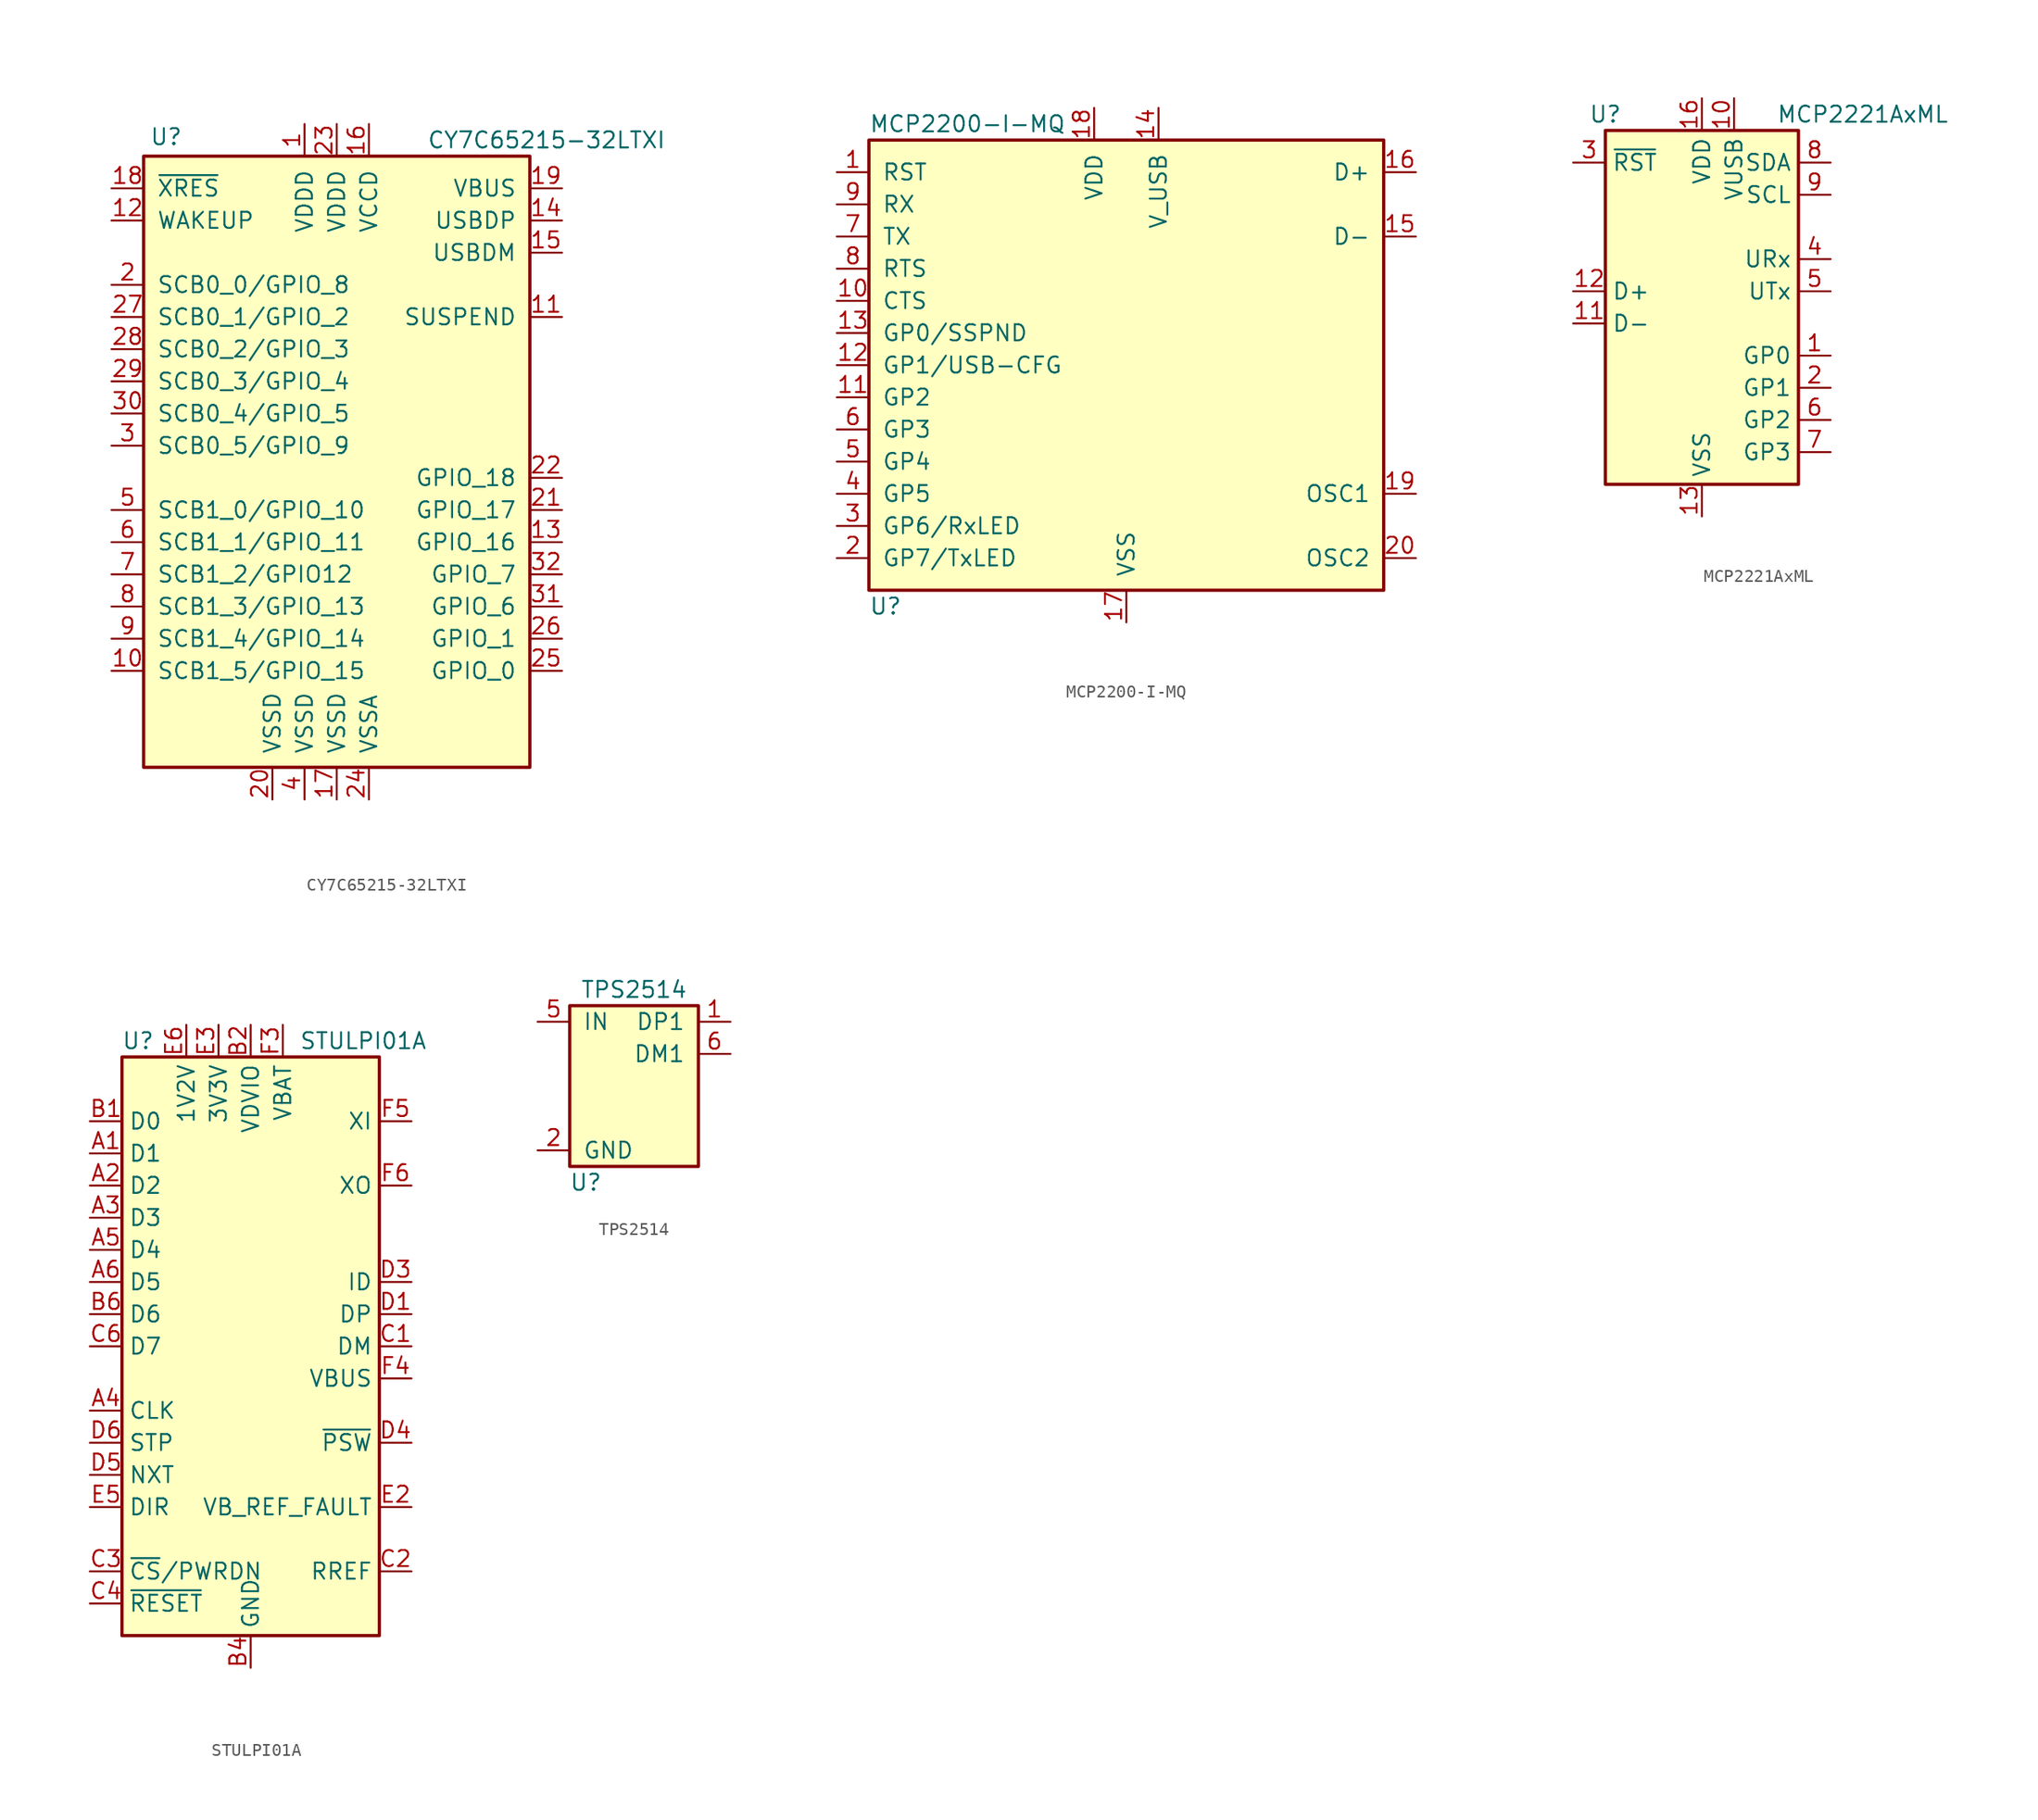
<source format=kicad_sym>
(kicad_symbol_lib
  (version 20200908)
  (generator kicad_symbol_editor)
  (symbol "Interface_USB:CY7C65215-32LTXI"
    (pin_names
      (offset 1.016))
    (property "Reference" "U"
      (at -13.462 21.844 0)
      (effects (font (size 1.27 1.27))))
    (property "Value" "CY7C65215-32LTXI"
      (at 7.112 21.59 0)
      (effects (font (size 1.27 1.27)) (justify left)))
    (symbol "CY7C65215-32LTXI_0_1"
      (rectangle (start -15.24 20.32) (end 15.24 -27.94) (stroke (width 0.254)) (fill (type background))))
    (symbol "CY7C65215-32LTXI_1_1"
      (pin power_in line (at -2.54 22.86 270) (length 2.54) (name "VDDD" (effects (font (size 1.27 1.27)))) (number "1" (effects (font (size 1.27 1.27)))))
      (pin bidirectional line (at -17.78 -20.32 0) (length 2.54) (name "SCB1_5/GPIO_15" (effects (font (size 1.27 1.27)))) (number "10" (effects (font (size 1.27 1.27)))))
      (pin output line (at 17.78 7.62 180) (length 2.54) (name "SUSPEND" (effects (font (size 1.27 1.27)))) (number "11" (effects (font (size 1.27 1.27)))))
      (pin input line (at -17.78 15.24 0) (length 2.54) (name "WAKEUP" (effects (font (size 1.27 1.27)))) (number "12" (effects (font (size 1.27 1.27)))))
      (pin tri_state line (at 17.78 -10.16 180) (length 2.54) (name "GPIO_16" (effects (font (size 1.27 1.27)))) (number "13" (effects (font (size 1.27 1.27)))))
      (pin bidirectional line (at 17.78 15.24 180) (length 2.54) (name "USBDP" (effects (font (size 1.27 1.27)))) (number "14" (effects (font (size 1.27 1.27)))))
      (pin bidirectional line (at 17.78 12.7 180) (length 2.54) (name "USBDM" (effects (font (size 1.27 1.27)))) (number "15" (effects (font (size 1.27 1.27)))))
      (pin power_in line (at 2.54 22.86 270) (length 2.54) (name "VCCD" (effects (font (size 1.27 1.27)))) (number "16" (effects (font (size 1.27 1.27)))))
      (pin power_in line (at 0 -30.48 90) (length 2.54) (name "VSSD" (effects (font (size 1.27 1.27)))) (number "17" (effects (font (size 1.27 1.27)))))
      (pin input line (at -17.78 17.78 0) (length 2.54) (name "~XRES" (effects (font (size 1.27 1.27)))) (number "18" (effects (font (size 1.27 1.27)))))
      (pin power_out line (at 17.78 17.78 180) (length 2.54) (name "VBUS" (effects (font (size 1.27 1.27)))) (number "19" (effects (font (size 1.27 1.27)))))
      (pin bidirectional line (at -17.78 10.16 0) (length 2.54) (name "SCB0_0/GPIO_8" (effects (font (size 1.27 1.27)))) (number "2" (effects (font (size 1.27 1.27)))))
      (pin power_in line (at -5.08 -30.48 90) (length 2.54) (name "VSSD" (effects (font (size 1.27 1.27)))) (number "20" (effects (font (size 1.27 1.27)))))
      (pin tri_state line (at 17.78 -7.62 180) (length 2.54) (name "GPIO_17" (effects (font (size 1.27 1.27)))) (number "21" (effects (font (size 1.27 1.27)))))
      (pin tri_state line (at 17.78 -5.08 180) (length 2.54) (name "GPIO_18" (effects (font (size 1.27 1.27)))) (number "22" (effects (font (size 1.27 1.27)))))
      (pin power_in line (at 0 22.86 270) (length 2.54) (name "VDDD" (effects (font (size 1.27 1.27)))) (number "23" (effects (font (size 1.27 1.27)))))
      (pin power_in line (at 2.54 -30.48 90) (length 2.54) (name "VSSA" (effects (font (size 1.27 1.27)))) (number "24" (effects (font (size 1.27 1.27)))))
      (pin bidirectional line (at 17.78 -20.32 180) (length 2.54) (name "GPIO_0" (effects (font (size 1.27 1.27)))) (number "25" (effects (font (size 1.27 1.27)))))
      (pin bidirectional line (at 17.78 -17.78 180) (length 2.54) (name "GPIO_1" (effects (font (size 1.27 1.27)))) (number "26" (effects (font (size 1.27 1.27)))))
      (pin bidirectional line (at -17.78 7.62 0) (length 2.54) (name "SCB0_1/GPIO_2" (effects (font (size 1.27 1.27)))) (number "27" (effects (font (size 1.27 1.27)))))
      (pin bidirectional line (at -17.78 5.08 0) (length 2.54) (name "SCB0_2/GPIO_3" (effects (font (size 1.27 1.27)))) (number "28" (effects (font (size 1.27 1.27)))))
      (pin bidirectional line (at -17.78 2.54 0) (length 2.54) (name "SCB0_3/GPIO_4" (effects (font (size 1.27 1.27)))) (number "29" (effects (font (size 1.27 1.27)))))
      (pin bidirectional line (at -17.78 -2.54 0) (length 2.54) (name "SCB0_5/GPIO_9" (effects (font (size 1.27 1.27)))) (number "3" (effects (font (size 1.27 1.27)))))
      (pin bidirectional line (at -17.78 0 0) (length 2.54) (name "SCB0_4/GPIO_5" (effects (font (size 1.27 1.27)))) (number "30" (effects (font (size 1.27 1.27)))))
      (pin bidirectional line (at 17.78 -15.24 180) (length 2.54) (name "GPIO_6" (effects (font (size 1.27 1.27)))) (number "31" (effects (font (size 1.27 1.27)))))
      (pin bidirectional line (at 17.78 -12.7 180) (length 2.54) (name "GPIO_7" (effects (font (size 1.27 1.27)))) (number "32" (effects (font (size 1.27 1.27)))))
      (pin unconnected line (at -15.24 -25.4 0) (length 2.54) hide (name "1EP" (effects (font (size 1.27 1.27)))) (number "33" (effects (font (size 1.27 1.27)))))
      (pin power_in line (at -2.54 -30.48 90) (length 2.54) (name "VSSD" (effects (font (size 1.27 1.27)))) (number "4" (effects (font (size 1.27 1.27)))))
      (pin bidirectional line (at -17.78 -7.62 0) (length 2.54) (name "SCB1_0/GPIO_10" (effects (font (size 1.27 1.27)))) (number "5" (effects (font (size 1.27 1.27)))))
      (pin bidirectional line (at -17.78 -10.16 0) (length 2.54) (name "SCB1_1/GPIO_11" (effects (font (size 1.27 1.27)))) (number "6" (effects (font (size 1.27 1.27)))))
      (pin bidirectional line (at -17.78 -12.7 0) (length 2.54) (name "SCB1_2/GPIO12" (effects (font (size 1.27 1.27)))) (number "7" (effects (font (size 1.27 1.27)))))
      (pin bidirectional line (at -17.78 -15.24 0) (length 2.54) (name "SCB1_3/GPIO_13" (effects (font (size 1.27 1.27)))) (number "8" (effects (font (size 1.27 1.27)))))
      (pin bidirectional line (at -17.78 -17.78 0) (length 2.54) (name "SCB1_4/GPIO_14" (effects (font (size 1.27 1.27)))) (number "9" (effects (font (size 1.27 1.27)))))))
  (symbol "Interface_USB:MCP2200-I-MQ"
    (pin_names
      (offset 1.016))
    (property "Reference" "U"
      (at -20.32 -19.05 0)
      (effects (font (size 1.27 1.27)) (justify left)))
    (property "Value" "MCP2200-I-MQ"
      (at -20.32 19.05 0)
      (effects (font (size 1.27 1.27)) (justify left)))
    (symbol "MCP2200-I-MQ_0_1"
      (rectangle (start -20.32 17.78) (end 20.32 -17.78) (stroke (width 0.254)) (fill (type background))))
    (symbol "MCP2200-I-MQ_1_1"
      (pin input line (at -22.86 15.24 0) (length 2.54) (name "RST" (effects (font (size 1.27 1.27)))) (number "1" (effects (font (size 1.27 1.27)))))
      (pin input line (at -22.86 5.08 0) (length 2.54) (name "CTS" (effects (font (size 1.27 1.27)))) (number "10" (effects (font (size 1.27 1.27)))))
      (pin bidirectional line (at -22.86 -2.54 0) (length 2.54) (name "GP2" (effects (font (size 1.27 1.27)))) (number "11" (effects (font (size 1.27 1.27)))))
      (pin bidirectional line (at -22.86 0 0) (length 2.54) (name "GP1/USB-CFG" (effects (font (size 1.27 1.27)))) (number "12" (effects (font (size 1.27 1.27)))))
      (pin bidirectional line (at -22.86 2.54 0) (length 2.54) (name "GP0/SSPND" (effects (font (size 1.27 1.27)))) (number "13" (effects (font (size 1.27 1.27)))))
      (pin power_in line (at 2.54 20.32 270) (length 2.54) (name "V_USB" (effects (font (size 1.27 1.27)))) (number "14" (effects (font (size 1.27 1.27)))))
      (pin bidirectional line (at 22.86 10.16 180) (length 2.54) (name "D-" (effects (font (size 1.27 1.27)))) (number "15" (effects (font (size 1.27 1.27)))))
      (pin bidirectional line (at 22.86 15.24 180) (length 2.54) (name "D+" (effects (font (size 1.27 1.27)))) (number "16" (effects (font (size 1.27 1.27)))))
      (pin power_in line (at 0 -20.32 90) (length 2.54) (name "VSS" (effects (font (size 1.27 1.27)))) (number "17" (effects (font (size 1.27 1.27)))))
      (pin power_in line (at -2.54 20.32 270) (length 2.54) (name "VDD" (effects (font (size 1.27 1.27)))) (number "18" (effects (font (size 1.27 1.27)))))
      (pin input line (at 22.86 -10.16 180) (length 2.54) (name "OSC1" (effects (font (size 1.27 1.27)))) (number "19" (effects (font (size 1.27 1.27)))))
      (pin bidirectional line (at -22.86 -15.24 0) (length 2.54) (name "GP7/TxLED" (effects (font (size 1.27 1.27)))) (number "2" (effects (font (size 1.27 1.27)))))
      (pin output line (at 22.86 -15.24 180) (length 2.54) (name "OSC2" (effects (font (size 1.27 1.27)))) (number "20" (effects (font (size 1.27 1.27)))))
      (pin unconnected line (at 22.86 0 180) (length 2.54) hide (name "EP" (effects (font (size 1.27 1.27)))) (number "21" (effects (font (size 1.27 1.27)))))
      (pin bidirectional line (at -22.86 -12.7 0) (length 2.54) (name "GP6/RxLED" (effects (font (size 1.27 1.27)))) (number "3" (effects (font (size 1.27 1.27)))))
      (pin bidirectional line (at -22.86 -10.16 0) (length 2.54) (name "GP5" (effects (font (size 1.27 1.27)))) (number "4" (effects (font (size 1.27 1.27)))))
      (pin bidirectional line (at -22.86 -7.62 0) (length 2.54) (name "GP4" (effects (font (size 1.27 1.27)))) (number "5" (effects (font (size 1.27 1.27)))))
      (pin bidirectional line (at -22.86 -5.08 0) (length 2.54) (name "GP3" (effects (font (size 1.27 1.27)))) (number "6" (effects (font (size 1.27 1.27)))))
      (pin output line (at -22.86 10.16 0) (length 2.54) (name "TX" (effects (font (size 1.27 1.27)))) (number "7" (effects (font (size 1.27 1.27)))))
      (pin output line (at -22.86 7.62 0) (length 2.54) (name "RTS" (effects (font (size 1.27 1.27)))) (number "8" (effects (font (size 1.27 1.27)))))
      (pin input line (at -22.86 12.7 0) (length 2.54) (name "RX" (effects (font (size 1.27 1.27)))) (number "9" (effects (font (size 1.27 1.27)))))))
  (symbol "Interface_USB:MCP2221AxML"
    (property "Reference" "U"
      (at -7.62 16.51 0)
      (effects (font (size 1.27 1.27))))
    (property "Value" "MCP2221AxML"
      (at 12.7 16.51 0)
      (effects (font (size 1.27 1.27))))
    (symbol "MCP2221AxML_0_1"
      (rectangle (start -7.62 15.24) (end 7.62 -12.7) (stroke (width 0.254)) (fill (type background))))
    (symbol "MCP2221AxML_1_1"
      (pin bidirectional line (at 10.16 -2.54 180) (length 2.54) (name "GP0" (effects (font (size 1.27 1.27)))) (number "1" (effects (font (size 1.27 1.27)))))
      (pin passive line (at 2.54 17.78 270) (length 2.54) (name "VUSB" (effects (font (size 1.27 1.27)))) (number "10" (effects (font (size 1.27 1.27)))))
      (pin bidirectional line (at -10.16 0 0) (length 2.54) (name "D-" (effects (font (size 1.27 1.27)))) (number "11" (effects (font (size 1.27 1.27)))))
      (pin bidirectional line (at -10.16 2.54 0) (length 2.54) (name "D+" (effects (font (size 1.27 1.27)))) (number "12" (effects (font (size 1.27 1.27)))))
      (pin power_in line (at 0 -15.24 90) (length 2.54) (name "VSS" (effects (font (size 1.27 1.27)))) (number "13" (effects (font (size 1.27 1.27)))))
      (pin unconnected line (at -7.62 -2.54 0) (length 2.54) hide (name "NC" (effects (font (size 1.27 1.27)))) (number "14" (effects (font (size 1.27 1.27)))))
      (pin unconnected line (at -7.62 -5.08 0) (length 2.54) hide (name "NC" (effects (font (size 1.27 1.27)))) (number "15" (effects (font (size 1.27 1.27)))))
      (pin power_in line (at 0 17.78 270) (length 2.54) (name "VDD" (effects (font (size 1.27 1.27)))) (number "16" (effects (font (size 1.27 1.27)))))
      (pin unconnected line (at -7.62 -7.62 0) (length 2.54) hide (name "NC" (effects (font (size 1.27 1.27)))) (number "17" (effects (font (size 1.27 1.27)))))
      (pin bidirectional line (at 10.16 -5.08 180) (length 2.54) (name "GP1" (effects (font (size 1.27 1.27)))) (number "2" (effects (font (size 1.27 1.27)))))
      (pin input line (at -10.16 12.7 0) (length 2.54) (name "~RST" (effects (font (size 1.27 1.27)))) (number "3" (effects (font (size 1.27 1.27)))))
      (pin input line (at 10.16 5.08 180) (length 2.54) (name "URx" (effects (font (size 1.27 1.27)))) (number "4" (effects (font (size 1.27 1.27)))))
      (pin output line (at 10.16 2.54 180) (length 2.54) (name "UTx" (effects (font (size 1.27 1.27)))) (number "5" (effects (font (size 1.27 1.27)))))
      (pin bidirectional line (at 10.16 -7.62 180) (length 2.54) (name "GP2" (effects (font (size 1.27 1.27)))) (number "6" (effects (font (size 1.27 1.27)))))
      (pin bidirectional line (at 10.16 -10.16 180) (length 2.54) (name "GP3" (effects (font (size 1.27 1.27)))) (number "7" (effects (font (size 1.27 1.27)))))
      (pin bidirectional line (at 10.16 12.7 180) (length 2.54) (name "SDA" (effects (font (size 1.27 1.27)))) (number "8" (effects (font (size 1.27 1.27)))))
      (pin bidirectional line (at 10.16 10.16 180) (length 2.54) (name "SCL" (effects (font (size 1.27 1.27)))) (number "9" (effects (font (size 1.27 1.27)))))))
  (symbol "Interface_USB:STULPI01A"
    (property "Reference" "U"
      (at -8.89 24.13 0)
      (effects (font (size 1.27 1.27))))
    (property "Value" "STULPI01A"
      (at 8.89 24.13 0)
      (effects (font (size 1.27 1.27))))
    (symbol "STULPI01A_0_1"
      (rectangle (start 10.16 -22.86) (end -10.16 22.86) (stroke (width 0.254)) (fill (type background))))
    (symbol "STULPI01A_1_1"
      (pin bidirectional line (at -12.7 15.24 0) (length 2.54) (name "D1" (effects (font (size 1.27 1.27)))) (number "A1" (effects (font (size 1.27 1.27)))))
      (pin bidirectional line (at -12.7 12.7 0) (length 2.54) (name "D2" (effects (font (size 1.27 1.27)))) (number "A2" (effects (font (size 1.27 1.27)))))
      (pin bidirectional line (at -12.7 10.16 0) (length 2.54) (name "D3" (effects (font (size 1.27 1.27)))) (number "A3" (effects (font (size 1.27 1.27)))))
      (pin output line (at -12.7 -5.08 0) (length 2.54) (name "CLK" (effects (font (size 1.27 1.27)))) (number "A4" (effects (font (size 1.27 1.27)))))
      (pin bidirectional line (at -12.7 7.62 0) (length 2.54) (name "D4" (effects (font (size 1.27 1.27)))) (number "A5" (effects (font (size 1.27 1.27)))))
      (pin bidirectional line (at -12.7 5.08 0) (length 2.54) (name "D5" (effects (font (size 1.27 1.27)))) (number "A6" (effects (font (size 1.27 1.27)))))
      (pin bidirectional line (at -12.7 17.78 0) (length 2.54) (name "D0" (effects (font (size 1.27 1.27)))) (number "B1" (effects (font (size 1.27 1.27)))))
      (pin power_in line (at 0 25.4 270) (length 2.54) (name "VDVIO" (effects (font (size 1.27 1.27)))) (number "B2" (effects (font (size 1.27 1.27)))))
      (pin passive line (at 0 25.4 270) (length 2.54) hide (name "VDVIO" (effects (font (size 1.27 1.27)))) (number "B3" (effects (font (size 1.27 1.27)))))
      (pin power_in line (at 0 -25.4 90) (length 2.54) (name "GND" (effects (font (size 1.27 1.27)))) (number "B4" (effects (font (size 1.27 1.27)))))
      (pin passive line (at 0 25.4 270) (length 2.54) hide (name "VDVIO" (effects (font (size 1.27 1.27)))) (number "B5" (effects (font (size 1.27 1.27)))))
      (pin bidirectional line (at -12.7 2.54 0) (length 2.54) (name "D6" (effects (font (size 1.27 1.27)))) (number "B6" (effects (font (size 1.27 1.27)))))
      (pin bidirectional line (at 12.7 0 180) (length 2.54) (name "DM" (effects (font (size 1.27 1.27)))) (number "C1" (effects (font (size 1.27 1.27)))))
      (pin passive line (at 12.7 -17.78 180) (length 2.54) (name "RREF" (effects (font (size 1.27 1.27)))) (number "C2" (effects (font (size 1.27 1.27)))))
      (pin input line (at -12.7 -17.78 0) (length 2.54) (name "~CS~/PWRDN" (effects (font (size 1.27 1.27)))) (number "C3" (effects (font (size 1.27 1.27)))))
      (pin input line (at -12.7 -20.32 0) (length 2.54) (name "~RESET" (effects (font (size 1.27 1.27)))) (number "C4" (effects (font (size 1.27 1.27)))))
      (pin passive line (at 0 -25.4 90) (length 2.54) hide (name "GND" (effects (font (size 1.27 1.27)))) (number "C5" (effects (font (size 1.27 1.27)))))
      (pin bidirectional line (at -12.7 0 0) (length 2.54) (name "D7" (effects (font (size 1.27 1.27)))) (number "C6" (effects (font (size 1.27 1.27)))))
      (pin bidirectional line (at 12.7 2.54 180) (length 2.54) (name "DP" (effects (font (size 1.27 1.27)))) (number "D1" (effects (font (size 1.27 1.27)))))
      (pin passive line (at 0 -25.4 90) (length 2.54) hide (name "GND" (effects (font (size 1.27 1.27)))) (number "D2" (effects (font (size 1.27 1.27)))))
      (pin input line (at 12.7 5.08 180) (length 2.54) (name "ID" (effects (font (size 1.27 1.27)))) (number "D3" (effects (font (size 1.27 1.27)))))
      (pin output line (at 12.7 -7.62 180) (length 2.54) (name "~PSW" (effects (font (size 1.27 1.27)))) (number "D4" (effects (font (size 1.27 1.27)))))
      (pin output line (at -12.7 -10.16 0) (length 2.54) (name "NXT" (effects (font (size 1.27 1.27)))) (number "D5" (effects (font (size 1.27 1.27)))))
      (pin input line (at -12.7 -7.62 0) (length 2.54) (name "STP" (effects (font (size 1.27 1.27)))) (number "D6" (effects (font (size 1.27 1.27)))))
      (pin passive line (at 0 -25.4 90) (length 2.54) hide (name "GND" (effects (font (size 1.27 1.27)))) (number "E1" (effects (font (size 1.27 1.27)))))
      (pin input line (at 12.7 -12.7 180) (length 2.54) (name "VB_REF_FAULT" (effects (font (size 1.27 1.27)))) (number "E2" (effects (font (size 1.27 1.27)))))
      (pin passive line (at -2.54 25.4 270) (length 2.54) (name "3V3V" (effects (font (size 1.27 1.27)))) (number "E3" (effects (font (size 1.27 1.27)))))
      (pin passive line (at 0 -25.4 90) (length 2.54) hide (name "GND" (effects (font (size 1.27 1.27)))) (number "E4" (effects (font (size 1.27 1.27)))))
      (pin output line (at -12.7 -12.7 0) (length 2.54) (name "DIR" (effects (font (size 1.27 1.27)))) (number "E5" (effects (font (size 1.27 1.27)))))
      (pin passive line (at -5.08 25.4 270) (length 2.54) (name "1V2V" (effects (font (size 1.27 1.27)))) (number "E6" (effects (font (size 1.27 1.27)))))
      (pin unconnected line (at -10.16 -2.54 0) (length 2.54) hide (name "NC" (effects (font (size 1.27 1.27)))) (number "F1" (effects (font (size 1.27 1.27)))))
      (pin unconnected line (at -10.16 -15.24 0) (length 2.54) hide (name "NC" (effects (font (size 1.27 1.27)))) (number "F2" (effects (font (size 1.27 1.27)))))
      (pin power_in line (at 2.54 25.4 270) (length 2.54) (name "VBAT" (effects (font (size 1.27 1.27)))) (number "F3" (effects (font (size 1.27 1.27)))))
      (pin bidirectional line (at 12.7 -2.54 180) (length 2.54) (name "VBUS" (effects (font (size 1.27 1.27)))) (number "F4" (effects (font (size 1.27 1.27)))))
      (pin input line (at 12.7 17.78 180) (length 2.54) (name "XI" (effects (font (size 1.27 1.27)))) (number "F5" (effects (font (size 1.27 1.27)))))
      (pin output line (at 12.7 12.7 180) (length 2.54) (name "XO" (effects (font (size 1.27 1.27)))) (number "F6" (effects (font (size 1.27 1.27)))))))
  (symbol "Interface_USB:TPS2514"
    (pin_names
      (offset 1.016))
    (property "Reference" "U"
      (at -3.81 -7.62 0)
      (effects (font (size 1.27 1.27))))
    (property "Value" "TPS2514"
      (at 0 7.62 0)
      (effects (font (size 1.27 1.27))))
    (symbol "TPS2514_0_1"
      (rectangle (start -5.08 6.35) (end 5.08 -6.35) (stroke (width 0.254)) (fill (type background))))
    (symbol "TPS2514_1_1"
      (pin input line (at 7.62 5.08 180) (length 2.54) (name "DP1" (effects (font (size 1.27 1.27)))) (number "1" (effects (font (size 1.27 1.27)))))
      (pin power_in line (at -7.62 -5.08 0) (length 2.54) (name "GND" (effects (font (size 1.27 1.27)))) (number "2" (effects (font (size 1.27 1.27)))))
      (pin unconnected line (at 7.62 -2.54 180) (length 2.54) hide (name "NC" (effects (font (size 1.27 1.27)))) (number "3" (effects (font (size 1.27 1.27)))))
      (pin unconnected line (at 7.62 -5.08 180) (length 2.54) hide (name "NC" (effects (font (size 1.27 1.27)))) (number "4" (effects (font (size 1.27 1.27)))))
      (pin power_in line (at -7.62 5.08 0) (length 2.54) (name "IN" (effects (font (size 1.27 1.27)))) (number "5" (effects (font (size 1.27 1.27)))))
      (pin input line (at 7.62 2.54 180) (length 2.54) (name "DM1" (effects (font (size 1.27 1.27)))) (number "6" (effects (font (size 1.27 1.27))))))))
</source>
